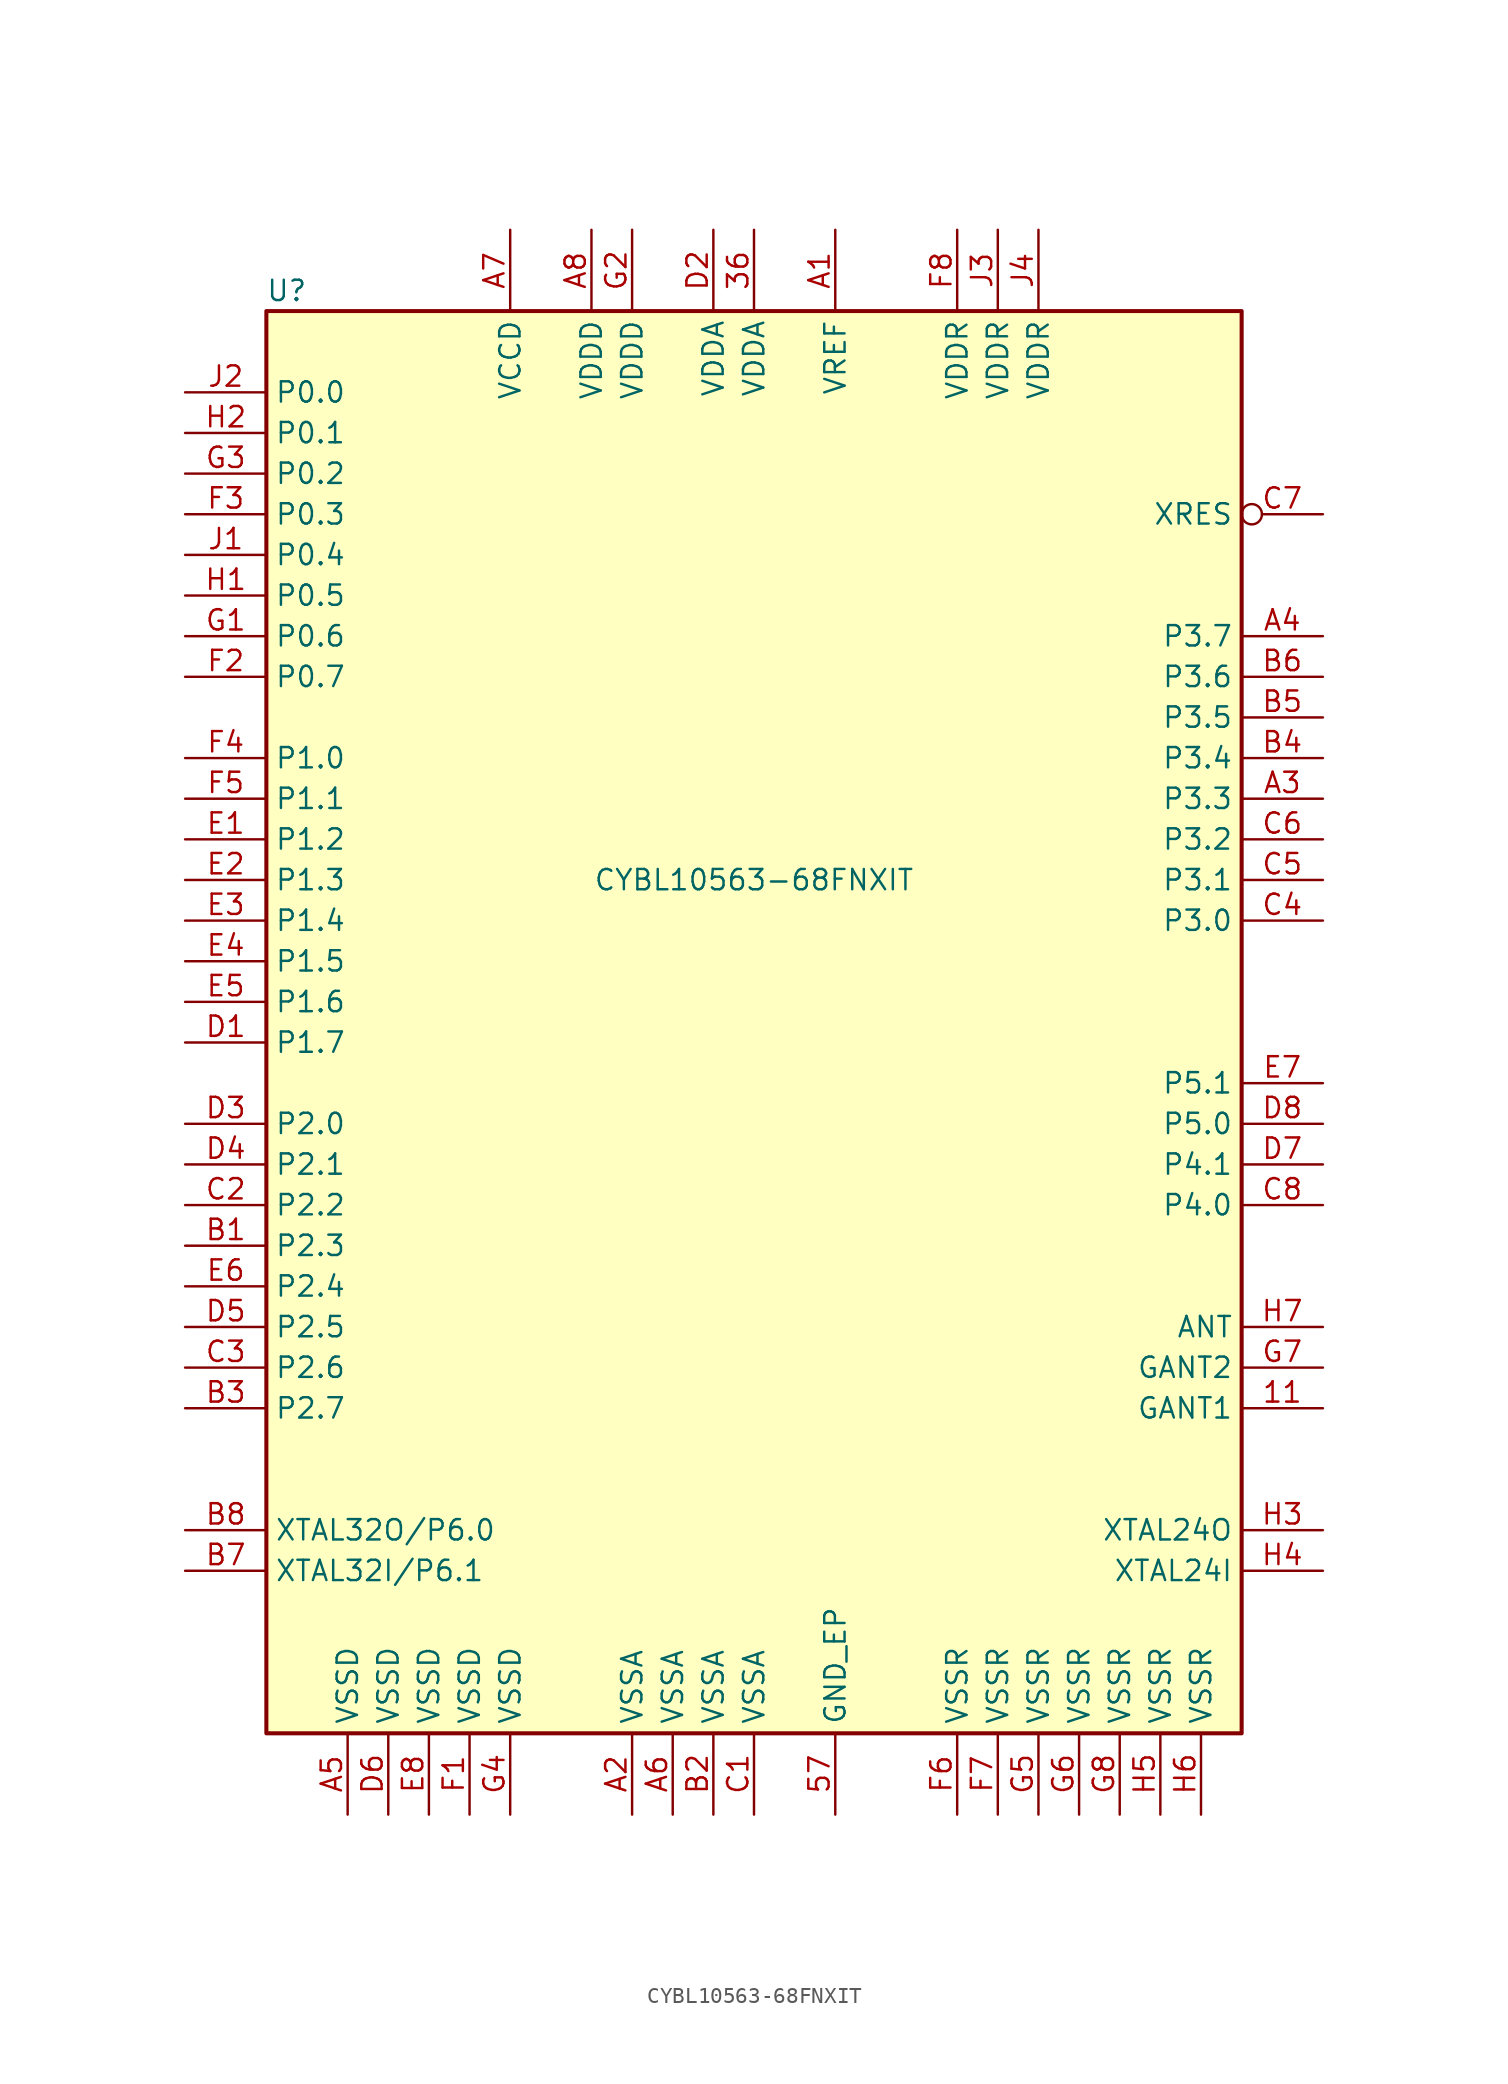
<source format=kicad_sym>
(kicad_symbol_lib
  (version 20211014)
  (generator kicad_symbol_editor)
  (symbol "CYBL10563-68FNXIT"
    (property "Reference" "U"
      (at -29.21 39.37 0)
      (effects (font (size 1.27 1.27))))
    (property "Value" "CYBL10563-68FNXIT"
      (at 0 2.54 0)
      (effects (font (size 1.27 1.27))))
    (symbol "CYBL10563-68FNXIT_1_0"
      (rectangle (start -30.48 -50.8) (end 30.48 38.1) (stroke (width 0.254) (type default) (color 0 0 0 0)) (fill (type background))))
    (symbol "CYBL10563-68FNXIT_1_1"
      (pin power_in line (at 35.56 -30.48 180) (length 5.08) (name "GANT1" (effects (font (size 1.27 1.27)))) (number "11" (effects (font (size 1.27 1.27)))))
      (pin power_in line (at 0 43.18 270) (length 5.08) (name "VDDA" (effects (font (size 1.27 1.27)))) (number "36" (effects (font (size 1.27 1.27)))))
      (pin power_in line (at 5.08 -55.88 90) (length 5.08) (name "GND_EP" (effects (font (size 1.27 1.27)))) (number "57" (effects (font (size 1.27 1.27)))))
      (pin passive line (at 5.08 43.18 270) (length 5.08) (name "VREF" (effects (font (size 1.27 1.27)))) (number "A1" (effects (font (size 1.27 1.27)))))
      (pin power_in line (at -7.62 -55.88 90) (length 5.08) (name "VSSA" (effects (font (size 1.27 1.27)))) (number "A2" (effects (font (size 1.27 1.27)))))
      (pin bidirectional line (at 35.56 7.62 180) (length 5.08) (name "P3.3" (effects (font (size 1.27 1.27)))) (number "A3" (effects (font (size 1.27 1.27)))))
      (pin bidirectional line (at 35.56 17.78 180) (length 5.08) (name "P3.7" (effects (font (size 1.27 1.27)))) (number "A4" (effects (font (size 1.27 1.27)))))
      (pin power_in line (at -25.4 -55.88 90) (length 5.08) (name "VSSD" (effects (font (size 1.27 1.27)))) (number "A5" (effects (font (size 1.27 1.27)))))
      (pin power_in line (at -5.08 -55.88 90) (length 5.08) (name "VSSA" (effects (font (size 1.27 1.27)))) (number "A6" (effects (font (size 1.27 1.27)))))
      (pin power_out line (at -15.24 43.18 270) (length 5.08) (name "VCCD" (effects (font (size 1.27 1.27)))) (number "A7" (effects (font (size 1.27 1.27)))))
      (pin power_in line (at -10.16 43.18 270) (length 5.08) (name "VDDD" (effects (font (size 1.27 1.27)))) (number "A8" (effects (font (size 1.27 1.27)))))
      (pin bidirectional line (at -35.56 -20.32 0) (length 5.08) (name "P2.3" (effects (font (size 1.27 1.27)))) (number "B1" (effects (font (size 1.27 1.27)))))
      (pin bidirectional line (at -2.54 -55.88 90) (length 5.08) (name "VSSA" (effects (font (size 1.27 1.27)))) (number "B2" (effects (font (size 1.27 1.27)))))
      (pin bidirectional line (at -35.56 -30.48 0) (length 5.08) (name "P2.7" (effects (font (size 1.27 1.27)))) (number "B3" (effects (font (size 1.27 1.27)))))
      (pin bidirectional line (at 35.56 10.16 180) (length 5.08) (name "P3.4" (effects (font (size 1.27 1.27)))) (number "B4" (effects (font (size 1.27 1.27)))))
      (pin bidirectional line (at 35.56 12.7 180) (length 5.08) (name "P3.5" (effects (font (size 1.27 1.27)))) (number "B5" (effects (font (size 1.27 1.27)))))
      (pin bidirectional line (at 35.56 15.24 180) (length 5.08) (name "P3.6" (effects (font (size 1.27 1.27)))) (number "B6" (effects (font (size 1.27 1.27)))))
      (pin bidirectional line (at -35.56 -40.64 0) (length 5.08) (name "XTAL32I/P6.1" (effects (font (size 1.27 1.27)))) (number "B7" (effects (font (size 1.27 1.27)))))
      (pin bidirectional line (at -35.56 -38.1 0) (length 5.08) (name "XTAL32O/P6.0" (effects (font (size 1.27 1.27)))) (number "B8" (effects (font (size 1.27 1.27)))))
      (pin power_in line (at 0 -55.88 90) (length 5.08) (name "VSSA" (effects (font (size 1.27 1.27)))) (number "C1" (effects (font (size 1.27 1.27)))))
      (pin bidirectional line (at -35.56 -17.78 0) (length 5.08) (name "P2.2" (effects (font (size 1.27 1.27)))) (number "C2" (effects (font (size 1.27 1.27)))))
      (pin bidirectional line (at -35.56 -27.94 0) (length 5.08) (name "P2.6" (effects (font (size 1.27 1.27)))) (number "C3" (effects (font (size 1.27 1.27)))))
      (pin bidirectional line (at 35.56 0 180) (length 5.08) (name "P3.0" (effects (font (size 1.27 1.27)))) (number "C4" (effects (font (size 1.27 1.27)))))
      (pin bidirectional line (at 35.56 2.54 180) (length 5.08) (name "P3.1" (effects (font (size 1.27 1.27)))) (number "C5" (effects (font (size 1.27 1.27)))))
      (pin bidirectional line (at 35.56 5.08 180) (length 5.08) (name "P3.2" (effects (font (size 1.27 1.27)))) (number "C6" (effects (font (size 1.27 1.27)))))
      (pin input inverted (at 35.56 25.4 180) (length 5.08) (name "XRES" (effects (font (size 1.27 1.27)))) (number "C7" (effects (font (size 1.27 1.27)))))
      (pin bidirectional line (at 35.56 -17.78 180) (length 5.08) (name "P4.0" (effects (font (size 1.27 1.27)))) (number "C8" (effects (font (size 1.27 1.27)))))
      (pin bidirectional line (at -35.56 -7.62 0) (length 5.08) (name "P1.7" (effects (font (size 1.27 1.27)))) (number "D1" (effects (font (size 1.27 1.27)))))
      (pin power_in line (at -2.54 43.18 270) (length 5.08) (name "VDDA" (effects (font (size 1.27 1.27)))) (number "D2" (effects (font (size 1.27 1.27)))))
      (pin bidirectional line (at -35.56 -12.7 0) (length 5.08) (name "P2.0" (effects (font (size 1.27 1.27)))) (number "D3" (effects (font (size 1.27 1.27)))))
      (pin bidirectional line (at -35.56 -15.24 0) (length 5.08) (name "P2.1" (effects (font (size 1.27 1.27)))) (number "D4" (effects (font (size 1.27 1.27)))))
      (pin bidirectional line (at -35.56 -25.4 0) (length 5.08) (name "P2.5" (effects (font (size 1.27 1.27)))) (number "D5" (effects (font (size 1.27 1.27)))))
      (pin power_in line (at -22.86 -55.88 90) (length 5.08) (name "VSSD" (effects (font (size 1.27 1.27)))) (number "D6" (effects (font (size 1.27 1.27)))))
      (pin bidirectional line (at 35.56 -15.24 180) (length 5.08) (name "P4.1" (effects (font (size 1.27 1.27)))) (number "D7" (effects (font (size 1.27 1.27)))))
      (pin bidirectional line (at 35.56 -12.7 180) (length 5.08) (name "P5.0" (effects (font (size 1.27 1.27)))) (number "D8" (effects (font (size 1.27 1.27)))))
      (pin bidirectional line (at -35.56 5.08 0) (length 5.08) (name "P1.2" (effects (font (size 1.27 1.27)))) (number "E1" (effects (font (size 1.27 1.27)))))
      (pin bidirectional line (at -35.56 2.54 0) (length 5.08) (name "P1.3" (effects (font (size 1.27 1.27)))) (number "E2" (effects (font (size 1.27 1.27)))))
      (pin bidirectional line (at -35.56 0 0) (length 5.08) (name "P1.4" (effects (font (size 1.27 1.27)))) (number "E3" (effects (font (size 1.27 1.27)))))
      (pin bidirectional line (at -35.56 -2.54 0) (length 5.08) (name "P1.5" (effects (font (size 1.27 1.27)))) (number "E4" (effects (font (size 1.27 1.27)))))
      (pin bidirectional line (at -35.56 -5.08 0) (length 5.08) (name "P1.6" (effects (font (size 1.27 1.27)))) (number "E5" (effects (font (size 1.27 1.27)))))
      (pin bidirectional line (at -35.56 -22.86 0) (length 5.08) (name "P2.4" (effects (font (size 1.27 1.27)))) (number "E6" (effects (font (size 1.27 1.27)))))
      (pin bidirectional line (at 35.56 -10.16 180) (length 5.08) (name "P5.1" (effects (font (size 1.27 1.27)))) (number "E7" (effects (font (size 1.27 1.27)))))
      (pin power_in line (at -20.32 -55.88 90) (length 5.08) (name "VSSD" (effects (font (size 1.27 1.27)))) (number "E8" (effects (font (size 1.27 1.27)))))
      (pin power_in line (at -17.78 -55.88 90) (length 5.08) (name "VSSD" (effects (font (size 1.27 1.27)))) (number "F1" (effects (font (size 1.27 1.27)))))
      (pin bidirectional line (at -35.56 15.24 0) (length 5.08) (name "P0.7" (effects (font (size 1.27 1.27)))) (number "F2" (effects (font (size 1.27 1.27)))))
      (pin bidirectional line (at -35.56 25.4 0) (length 5.08) (name "P0.3" (effects (font (size 1.27 1.27)))) (number "F3" (effects (font (size 1.27 1.27)))))
      (pin bidirectional line (at -35.56 10.16 0) (length 5.08) (name "P1.0" (effects (font (size 1.27 1.27)))) (number "F4" (effects (font (size 1.27 1.27)))))
      (pin bidirectional line (at -35.56 7.62 0) (length 5.08) (name "P1.1" (effects (font (size 1.27 1.27)))) (number "F5" (effects (font (size 1.27 1.27)))))
      (pin power_in line (at 12.7 -55.88 90) (length 5.08) (name "VSSR" (effects (font (size 1.27 1.27)))) (number "F6" (effects (font (size 1.27 1.27)))))
      (pin power_in line (at 15.24 -55.88 90) (length 5.08) (name "VSSR" (effects (font (size 1.27 1.27)))) (number "F7" (effects (font (size 1.27 1.27)))))
      (pin power_in line (at 12.7 43.18 270) (length 5.08) (name "VDDR" (effects (font (size 1.27 1.27)))) (number "F8" (effects (font (size 1.27 1.27)))))
      (pin bidirectional line (at -35.56 17.78 0) (length 5.08) (name "P0.6" (effects (font (size 1.27 1.27)))) (number "G1" (effects (font (size 1.27 1.27)))))
      (pin power_in line (at -7.62 43.18 270) (length 5.08) (name "VDDD" (effects (font (size 1.27 1.27)))) (number "G2" (effects (font (size 1.27 1.27)))))
      (pin bidirectional line (at -35.56 27.94 0) (length 5.08) (name "P0.2" (effects (font (size 1.27 1.27)))) (number "G3" (effects (font (size 1.27 1.27)))))
      (pin power_in line (at -15.24 -55.88 90) (length 5.08) (name "VSSD" (effects (font (size 1.27 1.27)))) (number "G4" (effects (font (size 1.27 1.27)))))
      (pin power_in line (at 17.78 -55.88 90) (length 5.08) (name "VSSR" (effects (font (size 1.27 1.27)))) (number "G5" (effects (font (size 1.27 1.27)))))
      (pin power_in line (at 20.32 -55.88 90) (length 5.08) (name "VSSR" (effects (font (size 1.27 1.27)))) (number "G6" (effects (font (size 1.27 1.27)))))
      (pin power_in line (at 35.56 -27.94 180) (length 5.08) (name "GANT2" (effects (font (size 1.27 1.27)))) (number "G7" (effects (font (size 1.27 1.27)))))
      (pin power_in line (at 22.86 -55.88 90) (length 5.08) (name "VSSR" (effects (font (size 1.27 1.27)))) (number "G8" (effects (font (size 1.27 1.27)))))
      (pin bidirectional line (at -35.56 20.32 0) (length 5.08) (name "P0.5" (effects (font (size 1.27 1.27)))) (number "H1" (effects (font (size 1.27 1.27)))))
      (pin bidirectional line (at -35.56 30.48 0) (length 5.08) (name "P0.1" (effects (font (size 1.27 1.27)))) (number "H2" (effects (font (size 1.27 1.27)))))
      (pin output line (at 35.56 -38.1 180) (length 5.08) (name "XTAL24O" (effects (font (size 1.27 1.27)))) (number "H3" (effects (font (size 1.27 1.27)))))
      (pin input line (at 35.56 -40.64 180) (length 5.08) (name "XTAL24I" (effects (font (size 1.27 1.27)))) (number "H4" (effects (font (size 1.27 1.27)))))
      (pin power_in line (at 25.4 -55.88 90) (length 5.08) (name "VSSR" (effects (font (size 1.27 1.27)))) (number "H5" (effects (font (size 1.27 1.27)))))
      (pin power_in line (at 27.94 -55.88 90) (length 5.08) (name "VSSR" (effects (font (size 1.27 1.27)))) (number "H6" (effects (font (size 1.27 1.27)))))
      (pin output line (at 35.56 -25.4 180) (length 5.08) (name "ANT" (effects (font (size 1.27 1.27)))) (number "H7" (effects (font (size 1.27 1.27)))))
      (pin bidirectional line (at -35.56 22.86 0) (length 5.08) (name "P0.4" (effects (font (size 1.27 1.27)))) (number "J1" (effects (font (size 1.27 1.27)))))
      (pin bidirectional line (at -35.56 33.02 0) (length 5.08) (name "P0.0" (effects (font (size 1.27 1.27)))) (number "J2" (effects (font (size 1.27 1.27)))))
      (pin power_in line (at 15.24 43.18 270) (length 5.08) (name "VDDR" (effects (font (size 1.27 1.27)))) (number "J3" (effects (font (size 1.27 1.27)))))
      (pin power_in line (at 17.78 43.18 270) (length 5.08) (name "VDDR" (effects (font (size 1.27 1.27)))) (number "J4" (effects (font (size 1.27 1.27)))))
      (pin no_connect line (at 30.48 30.48 180) (length 2.54) hide (name "NC" (effects (font (size 1.27 1.27)))) (number "J7" (effects (font (size 1.27 1.27))))))))
</source>
